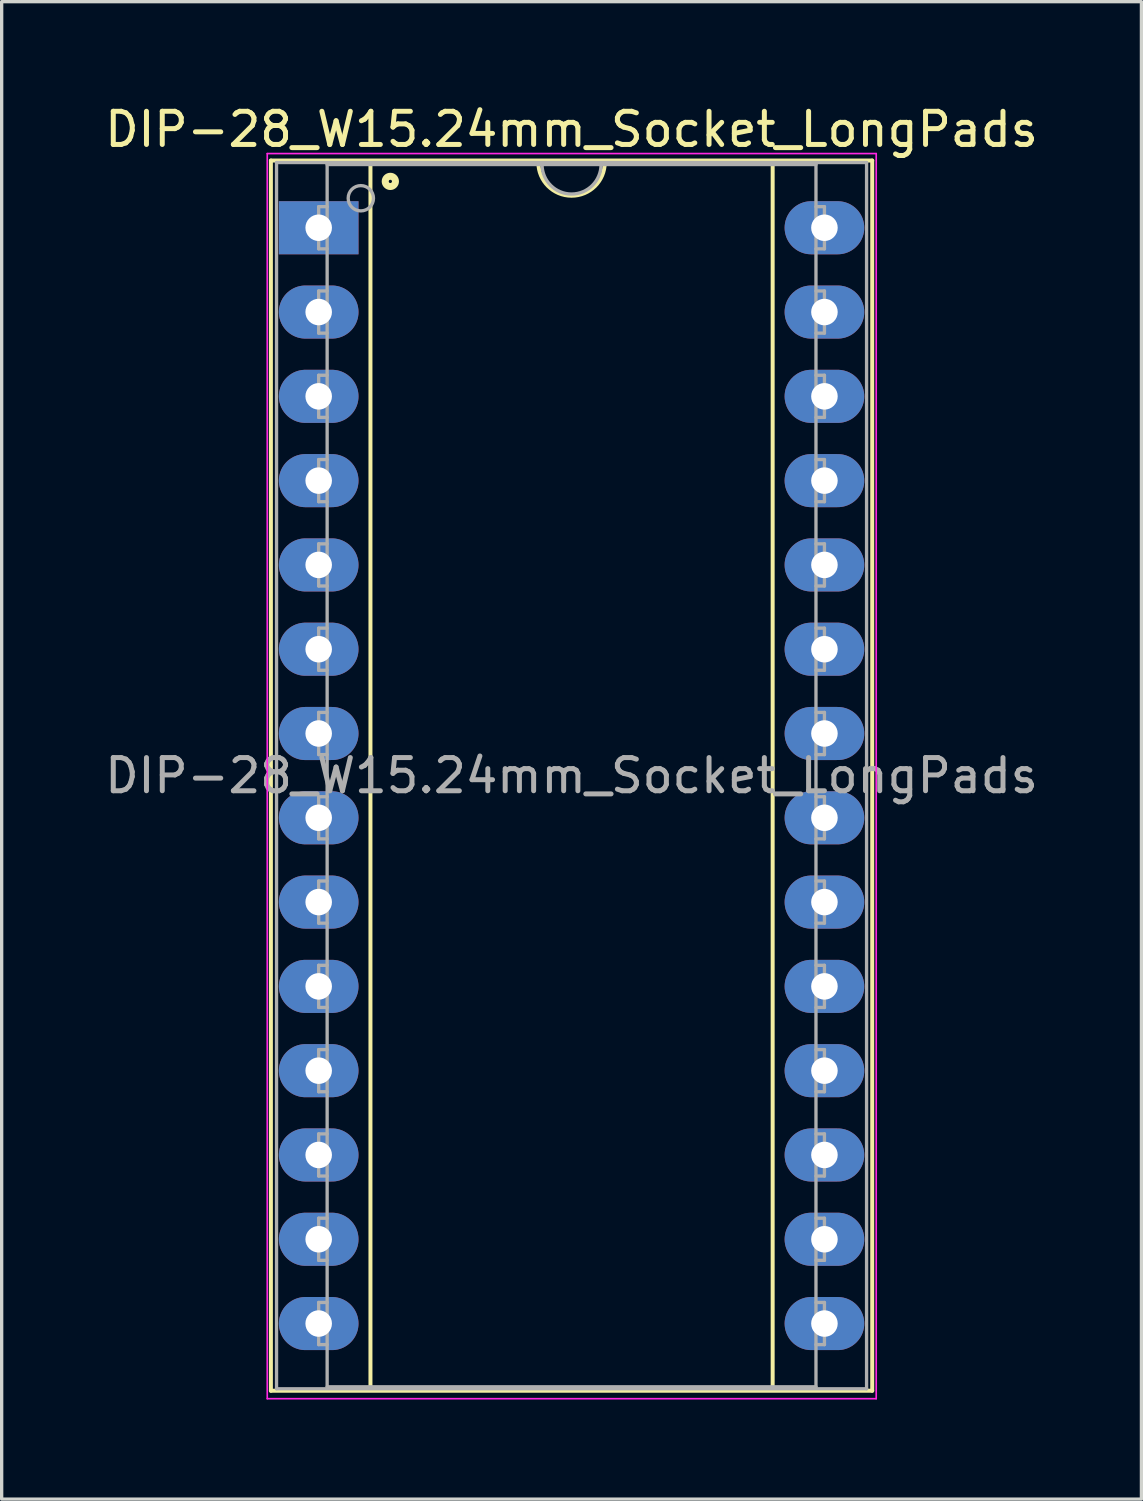
<source format=kicad_pcb>
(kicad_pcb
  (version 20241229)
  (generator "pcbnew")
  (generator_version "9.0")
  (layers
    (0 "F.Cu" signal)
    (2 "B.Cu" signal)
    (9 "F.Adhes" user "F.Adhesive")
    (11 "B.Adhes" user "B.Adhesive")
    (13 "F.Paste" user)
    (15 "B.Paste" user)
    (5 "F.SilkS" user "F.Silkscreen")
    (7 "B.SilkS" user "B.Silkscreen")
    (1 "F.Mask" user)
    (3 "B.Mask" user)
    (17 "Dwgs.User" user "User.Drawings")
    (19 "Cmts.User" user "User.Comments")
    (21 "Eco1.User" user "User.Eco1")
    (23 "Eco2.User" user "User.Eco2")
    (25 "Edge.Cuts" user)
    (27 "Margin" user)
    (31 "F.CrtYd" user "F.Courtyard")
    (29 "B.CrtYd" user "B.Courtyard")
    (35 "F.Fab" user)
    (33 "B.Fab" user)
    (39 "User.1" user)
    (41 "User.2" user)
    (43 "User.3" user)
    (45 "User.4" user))
  (footprint "DIP-28_W15.24mm_Socket_LongPads"
    (layer "F.Cu")
    (at 6.553 3.813)
    (property "Reference" "DIP-28_W15.24mm_Socket_LongPads" (at 7.62 -2.965 0) (layer "F.SilkS") (effects (font (size 1 1) (thickness 0.15))))
    (attr through_hole)
    (fp_line (start -1.44 -2.025) (end -1.44 35.045) (stroke (width 0.12) (type solid)) (layer "F.SilkS"))
    (fp_line (start -1.44 35.045) (end 16.68 35.045) (stroke (width 0.12) (type solid)) (layer "F.SilkS"))
    (fp_line (start 1.56 -1.965) (end 1.56 34.985) (stroke (width 0.12) (type solid)) (layer "F.SilkS"))
    (fp_line (start 1.56 34.985) (end 13.68 34.985) (stroke (width 0.12) (type solid)) (layer "F.SilkS"))
    (fp_line (start 6.62 -1.965) (end 1.56 -1.965) (stroke (width 0.12) (type solid)) (layer "F.SilkS"))
    (fp_line (start 13.68 -1.965) (end 8.62 -1.965) (stroke (width 0.12) (type solid)) (layer "F.SilkS"))
    (fp_line (start 13.68 34.985) (end 13.68 -1.965) (stroke (width 0.12) (type solid)) (layer "F.SilkS"))
    (fp_line (start 16.68 -2.025) (end -1.44 -2.025) (stroke (width 0.12) (type solid)) (layer "F.SilkS"))
    (fp_line (start 16.68 35.045) (end 16.68 -2.025) (stroke (width 0.12) (type solid)) (layer "F.SilkS"))
    (fp_arc (start 8.62 -1.965) (mid 7.62 -0.965) (end 6.62 -1.965) (stroke (width 0.12) (type solid)) (layer "F.SilkS"))
    (fp_circle (center 2.159 -1.397) (end 2.209 -1.397) (stroke (width 0.12) (type solid)) (fill no) (layer "F.SilkS"))
    (fp_circle (center 2.159 -1.397) (end 2.284 -1.397) (stroke (width 0.12) (type solid)) (fill no) (layer "F.SilkS"))
    (fp_circle (center 2.159 -1.397) (end 2.359 -1.397) (stroke (width 0.12) (type solid)) (fill no) (layer "F.SilkS"))
    (fp_line (start -1.55 -2.235) (end -1.55 35.285) (stroke (width 0.05) (type solid)) (layer "F.CrtYd"))
    (fp_line (start -1.55 35.285) (end 16.8 35.285) (stroke (width 0.05) (type solid)) (layer "F.CrtYd"))
    (fp_line (start 16.8 -2.235) (end -1.55 -2.235) (stroke (width 0.05) (type solid)) (layer "F.CrtYd"))
    (fp_line (start 16.8 35.285) (end 16.8 -2.235) (stroke (width 0.05) (type solid)) (layer "F.CrtYd"))
    (fp_line (start -1.27 -1.965) (end -1.27 34.985) (stroke (width 0.1) (type solid)) (layer "F.Fab"))
    (fp_line (start -1.27 34.985) (end 16.51 34.985) (stroke (width 0.1) (type solid)) (layer "F.Fab"))
    (fp_line (start 0 -0.635) (end 0 0.635) (stroke (width 0.1) (type solid)) (layer "F.Fab"))
    (fp_line (start 0 -0.635) (end 0.254 -0.635) (stroke (width 0.1) (type solid)) (layer "F.Fab"))
    (fp_line (start 0 0.635) (end 0.254 0.635) (stroke (width 0.1) (type solid)) (layer "F.Fab"))
    (fp_line (start 0 1.905) (end 0 3.175) (stroke (width 0.1) (type solid)) (layer "F.Fab"))
    (fp_line (start 0 1.905) (end 0.254 1.905) (stroke (width 0.1) (type solid)) (layer "F.Fab"))
    (fp_line (start 0 3.175) (end 0.254 3.175) (stroke (width 0.1) (type solid)) (layer "F.Fab"))
    (fp_line (start 0 4.445) (end 0 5.715) (stroke (width 0.1) (type solid)) (layer "F.Fab"))
    (fp_line (start 0 4.445) (end 0.254 4.445) (stroke (width 0.1) (type solid)) (layer "F.Fab"))
    (fp_line (start 0 5.715) (end 0.254 5.715) (stroke (width 0.1) (type solid)) (layer "F.Fab"))
    (fp_line (start 0 6.985) (end 0 8.255) (stroke (width 0.1) (type solid)) (layer "F.Fab"))
    (fp_line (start 0 6.985) (end 0.254 6.985) (stroke (width 0.1) (type solid)) (layer "F.Fab"))
    (fp_line (start 0 8.255) (end 0.254 8.255) (stroke (width 0.1) (type solid)) (layer "F.Fab"))
    (fp_line (start 0 9.525) (end 0 10.795) (stroke (width 0.1) (type solid)) (layer "F.Fab"))
    (fp_line (start 0 9.525) (end 0.254 9.525) (stroke (width 0.1) (type solid)) (layer "F.Fab"))
    (fp_line (start 0 10.795) (end 0.254 10.795) (stroke (width 0.1) (type solid)) (layer "F.Fab"))
    (fp_line (start 0 12.065) (end 0 13.335) (stroke (width 0.1) (type solid)) (layer "F.Fab"))
    (fp_line (start 0 12.065) (end 0.254 12.065) (stroke (width 0.1) (type solid)) (layer "F.Fab"))
    (fp_line (start 0 13.335) (end 0.254 13.335) (stroke (width 0.1) (type solid)) (layer "F.Fab"))
    (fp_line (start 0 14.605) (end 0 15.875) (stroke (width 0.1) (type solid)) (layer "F.Fab"))
    (fp_line (start 0 14.605) (end 0.254 14.605) (stroke (width 0.1) (type solid)) (layer "F.Fab"))
    (fp_line (start 0 15.875) (end 0.254 15.875) (stroke (width 0.1) (type solid)) (layer "F.Fab"))
    (fp_line (start 0 17.145) (end 0 18.415) (stroke (width 0.1) (type solid)) (layer "F.Fab"))
    (fp_line (start 0 17.145) (end 0.254 17.145) (stroke (width 0.1) (type solid)) (layer "F.Fab"))
    (fp_line (start 0 18.415) (end 0.254 18.415) (stroke (width 0.1) (type solid)) (layer "F.Fab"))
    (fp_line (start 0 19.685) (end 0 20.955) (stroke (width 0.1) (type solid)) (layer "F.Fab"))
    (fp_line (start 0 19.685) (end 0.254 19.685) (stroke (width 0.1) (type solid)) (layer "F.Fab"))
    (fp_line (start 0 20.955) (end 0.254 20.955) (stroke (width 0.1) (type solid)) (layer "F.Fab"))
    (fp_line (start 0 22.225) (end 0 23.495) (stroke (width 0.1) (type solid)) (layer "F.Fab"))
    (fp_line (start 0 22.225) (end 0.254 22.225) (stroke (width 0.1) (type solid)) (layer "F.Fab"))
    (fp_line (start 0 23.495) (end 0.254 23.495) (stroke (width 0.1) (type solid)) (layer "F.Fab"))
    (fp_line (start 0 24.765) (end 0 26.035) (stroke (width 0.1) (type solid)) (layer "F.Fab"))
    (fp_line (start 0 24.765) (end 0.254 24.765) (stroke (width 0.1) (type solid)) (layer "F.Fab"))
    (fp_line (start 0 26.035) (end 0.254 26.035) (stroke (width 0.1) (type solid)) (layer "F.Fab"))
    (fp_line (start 0 27.305) (end 0 28.575) (stroke (width 0.1) (type solid)) (layer "F.Fab"))
    (fp_line (start 0 27.305) (end 0.254 27.305) (stroke (width 0.1) (type solid)) (layer "F.Fab"))
    (fp_line (start 0 28.575) (end 0.254 28.575) (stroke (width 0.1) (type solid)) (layer "F.Fab"))
    (fp_line (start 0 29.845) (end 0 31.115) (stroke (width 0.1) (type solid)) (layer "F.Fab"))
    (fp_line (start 0 29.845) (end 0.254 29.845) (stroke (width 0.1) (type solid)) (layer "F.Fab"))
    (fp_line (start 0 31.115) (end 0.254 31.115) (stroke (width 0.1) (type solid)) (layer "F.Fab"))
    (fp_line (start 0 32.385) (end 0 33.655) (stroke (width 0.1) (type solid)) (layer "F.Fab"))
    (fp_line (start 0 32.385) (end 0.254 32.385) (stroke (width 0.1) (type solid)) (layer "F.Fab"))
    (fp_line (start 0 33.655) (end 0.254 33.655) (stroke (width 0.1) (type solid)) (layer "F.Fab"))
    (fp_line (start 0.255 -1.905) (end 14.985 -1.905) (stroke (width 0.1) (type solid)) (layer "F.Fab"))
    (fp_line (start 0.255 34.925) (end 0.255 -1.905) (stroke (width 0.1) (type solid)) (layer "F.Fab"))
    (fp_line (start 14.985 -1.905) (end 14.985 34.925) (stroke (width 0.1) (type solid)) (layer "F.Fab"))
    (fp_line (start 14.985 34.925) (end 0.255 34.925) (stroke (width 0.1) (type solid)) (layer "F.Fab"))
    (fp_line (start 15.24 -0.635) (end 14.986 -0.635) (stroke (width 0.1) (type solid)) (layer "F.Fab"))
    (fp_line (start 15.24 0.635) (end 14.986 0.635) (stroke (width 0.1) (type solid)) (layer "F.Fab"))
    (fp_line (start 15.24 0.635) (end 15.24 -0.635) (stroke (width 0.1) (type solid)) (layer "F.Fab"))
    (fp_line (start 15.24 1.905) (end 14.986 1.905) (stroke (width 0.1) (type solid)) (layer "F.Fab"))
    (fp_line (start 15.24 3.175) (end 14.986 3.175) (stroke (width 0.1) (type solid)) (layer "F.Fab"))
    (fp_line (start 15.24 3.175) (end 15.24 1.905) (stroke (width 0.1) (type solid)) (layer "F.Fab"))
    (fp_line (start 15.24 4.445) (end 14.986 4.445) (stroke (width 0.1) (type solid)) (layer "F.Fab"))
    (fp_line (start 15.24 5.715) (end 14.986 5.715) (stroke (width 0.1) (type solid)) (layer "F.Fab"))
    (fp_line (start 15.24 5.715) (end 15.24 4.445) (stroke (width 0.1) (type solid)) (layer "F.Fab"))
    (fp_line (start 15.24 6.985) (end 14.986 6.985) (stroke (width 0.1) (type solid)) (layer "F.Fab"))
    (fp_line (start 15.24 8.255) (end 14.986 8.255) (stroke (width 0.1) (type solid)) (layer "F.Fab"))
    (fp_line (start 15.24 8.255) (end 15.24 6.985) (stroke (width 0.1) (type solid)) (layer "F.Fab"))
    (fp_line (start 15.24 9.525) (end 14.986 9.525) (stroke (width 0.1) (type solid)) (layer "F.Fab"))
    (fp_line (start 15.24 10.795) (end 14.986 10.795) (stroke (width 0.1) (type solid)) (layer "F.Fab"))
    (fp_line (start 15.24 10.795) (end 15.24 9.525) (stroke (width 0.1) (type solid)) (layer "F.Fab"))
    (fp_line (start 15.24 12.065) (end 14.986 12.065) (stroke (width 0.1) (type solid)) (layer "F.Fab"))
    (fp_line (start 15.24 13.335) (end 14.986 13.335) (stroke (width 0.1) (type solid)) (layer "F.Fab"))
    (fp_line (start 15.24 13.335) (end 15.24 12.065) (stroke (width 0.1) (type solid)) (layer "F.Fab"))
    (fp_line (start 15.24 14.605) (end 14.986 14.605) (stroke (width 0.1) (type solid)) (layer "F.Fab"))
    (fp_line (start 15.24 15.875) (end 14.986 15.875) (stroke (width 0.1) (type solid)) (layer "F.Fab"))
    (fp_line (start 15.24 15.875) (end 15.24 14.605) (stroke (width 0.1) (type solid)) (layer "F.Fab"))
    (fp_line (start 15.24 17.145) (end 14.986 17.145) (stroke (width 0.1) (type solid)) (layer "F.Fab"))
    (fp_line (start 15.24 18.415) (end 14.986 18.415) (stroke (width 0.1) (type solid)) (layer "F.Fab"))
    (fp_line (start 15.24 18.415) (end 15.24 17.145) (stroke (width 0.1) (type solid)) (layer "F.Fab"))
    (fp_line (start 15.24 19.685) (end 14.986 19.685) (stroke (width 0.1) (type solid)) (layer "F.Fab"))
    (fp_line (start 15.24 20.955) (end 14.986 20.955) (stroke (width 0.1) (type solid)) (layer "F.Fab"))
    (fp_line (start 15.24 20.955) (end 15.24 19.685) (stroke (width 0.1) (type solid)) (layer "F.Fab"))
    (fp_line (start 15.24 22.225) (end 14.986 22.225) (stroke (width 0.1) (type solid)) (layer "F.Fab"))
    (fp_line (start 15.24 23.495) (end 14.986 23.495) (stroke (width 0.1) (type solid)) (layer "F.Fab"))
    (fp_line (start 15.24 23.495) (end 15.24 22.225) (stroke (width 0.1) (type solid)) (layer "F.Fab"))
    (fp_line (start 15.24 24.765) (end 14.986 24.765) (stroke (width 0.1) (type solid)) (layer "F.Fab"))
    (fp_line (start 15.24 26.035) (end 14.986 26.035) (stroke (width 0.1) (type solid)) (layer "F.Fab"))
    (fp_line (start 15.24 26.035) (end 15.24 24.765) (stroke (width 0.1) (type solid)) (layer "F.Fab"))
    (fp_line (start 15.24 27.305) (end 14.986 27.305) (stroke (width 0.1) (type solid)) (layer "F.Fab"))
    (fp_line (start 15.24 28.575) (end 14.986 28.575) (stroke (width 0.1) (type solid)) (layer "F.Fab"))
    (fp_line (start 15.24 28.575) (end 15.24 27.305) (stroke (width 0.1) (type solid)) (layer "F.Fab"))
    (fp_line (start 15.24 29.845) (end 14.986 29.845) (stroke (width 0.1) (type solid)) (layer "F.Fab"))
    (fp_line (start 15.24 31.115) (end 14.986 31.115) (stroke (width 0.1) (type solid)) (layer "F.Fab"))
    (fp_line (start 15.24 31.115) (end 15.24 29.845) (stroke (width 0.1) (type solid)) (layer "F.Fab"))
    (fp_line (start 15.24 32.385) (end 14.986 32.385) (stroke (width 0.1) (type solid)) (layer "F.Fab"))
    (fp_line (start 15.24 33.655) (end 14.986 33.655) (stroke (width 0.1) (type solid)) (layer "F.Fab"))
    (fp_line (start 15.24 33.655) (end 15.24 32.385) (stroke (width 0.1) (type solid)) (layer "F.Fab"))
    (fp_line (start 16.51 -1.965) (end -1.27 -1.965) (stroke (width 0.1) (type solid)) (layer "F.Fab"))
    (fp_line (start 16.51 34.985) (end 16.51 -1.965) (stroke (width 0.1) (type solid)) (layer "F.Fab"))
    (fp_arc (start 8.509 -1.905) (mid 7.62 -1.016) (end 6.731 -1.905) (stroke (width 0.1) (type solid)) (layer "F.Fab"))
    (fp_circle (center 1.27 -0.889) (end 1.651 -0.889) (stroke (width 0.1) (type solid)) (fill no) (layer "F.Fab"))
    (fp_text user "${REFERENCE}" (at 7.62 16.51 0) (layer "F.Fab") (effects (font (size 1 1) (thickness 0.15))))
    (pad "1" thru_hole rect (at 0 0) (size 2.4 1.6) (drill 0.8) (layers "*.Cu" "*.Mask"))
    (pad "2" thru_hole oval (at 0 2.54) (size 2.4 1.6) (drill 0.8) (layers "*.Cu" "*.Mask"))
    (pad "3" thru_hole oval (at 0 5.08) (size 2.4 1.6) (drill 0.8) (layers "*.Cu" "*.Mask"))
    (pad "4" thru_hole oval (at 0 7.62) (size 2.4 1.6) (drill 0.8) (layers "*.Cu" "*.Mask"))
    (pad "5" thru_hole oval (at 0 10.16) (size 2.4 1.6) (drill 0.8) (layers "*.Cu" "*.Mask"))
    (pad "6" thru_hole oval (at 0 12.7) (size 2.4 1.6) (drill 0.8) (layers "*.Cu" "*.Mask"))
    (pad "7" thru_hole oval (at 0 15.24) (size 2.4 1.6) (drill 0.8) (layers "*.Cu" "*.Mask"))
    (pad "8" thru_hole oval (at 0 17.78) (size 2.4 1.6) (drill 0.8) (layers "*.Cu" "*.Mask"))
    (pad "9" thru_hole oval (at 0 20.32) (size 2.4 1.6) (drill 0.8) (layers "*.Cu" "*.Mask"))
    (pad "10" thru_hole oval (at 0 22.86) (size 2.4 1.6) (drill 0.8) (layers "*.Cu" "*.Mask"))
    (pad "11" thru_hole oval (at 0 25.4) (size 2.4 1.6) (drill 0.8) (layers "*.Cu" "*.Mask"))
    (pad "12" thru_hole oval (at 0 27.94) (size 2.4 1.6) (drill 0.8) (layers "*.Cu" "*.Mask"))
    (pad "13" thru_hole oval (at 0 30.48) (size 2.4 1.6) (drill 0.8) (layers "*.Cu" "*.Mask"))
    (pad "14" thru_hole oval (at 0 33.02) (size 2.4 1.6) (drill 0.8) (layers "*.Cu" "*.Mask"))
    (pad "15" thru_hole oval (at 15.24 33.02) (size 2.4 1.6) (drill 0.8) (layers "*.Cu" "*.Mask"))
    (pad "16" thru_hole oval (at 15.24 30.48) (size 2.4 1.6) (drill 0.8) (layers "*.Cu" "*.Mask"))
    (pad "17" thru_hole oval (at 15.24 27.94) (size 2.4 1.6) (drill 0.8) (layers "*.Cu" "*.Mask"))
    (pad "18" thru_hole oval (at 15.24 25.4) (size 2.4 1.6) (drill 0.8) (layers "*.Cu" "*.Mask"))
    (pad "19" thru_hole oval (at 15.24 22.86) (size 2.4 1.6) (drill 0.8) (layers "*.Cu" "*.Mask"))
    (pad "20" thru_hole oval (at 15.24 20.32) (size 2.4 1.6) (drill 0.8) (layers "*.Cu" "*.Mask"))
    (pad "21" thru_hole oval (at 15.24 17.78) (size 2.4 1.6) (drill 0.8) (layers "*.Cu" "*.Mask"))
    (pad "22" thru_hole oval (at 15.24 15.24) (size 2.4 1.6) (drill 0.8) (layers "*.Cu" "*.Mask"))
    (pad "23" thru_hole oval (at 15.24 12.7) (size 2.4 1.6) (drill 0.8) (layers "*.Cu" "*.Mask"))
    (pad "24" thru_hole oval (at 15.24 10.16) (size 2.4 1.6) (drill 0.8) (layers "*.Cu" "*.Mask"))
    (pad "25" thru_hole oval (at 15.24 7.62) (size 2.4 1.6) (drill 0.8) (layers "*.Cu" "*.Mask"))
    (pad "26" thru_hole oval (at 15.24 5.08) (size 2.4 1.6) (drill 0.8) (layers "*.Cu" "*.Mask"))
    (pad "27" thru_hole oval (at 15.24 2.54) (size 2.4 1.6) (drill 0.8) (layers "*.Cu" "*.Mask"))
    (pad "28" thru_hole oval (at 15.24 0) (size 2.4 1.6) (drill 0.8) (layers "*.Cu" "*.Mask")))
  (gr_rect
    (start -3 -3)
    (end 31.345 42.123)
    (stroke (width 0.1) (type default))
    (fill no)
    (layer "Edge.Cuts")))
</source>
